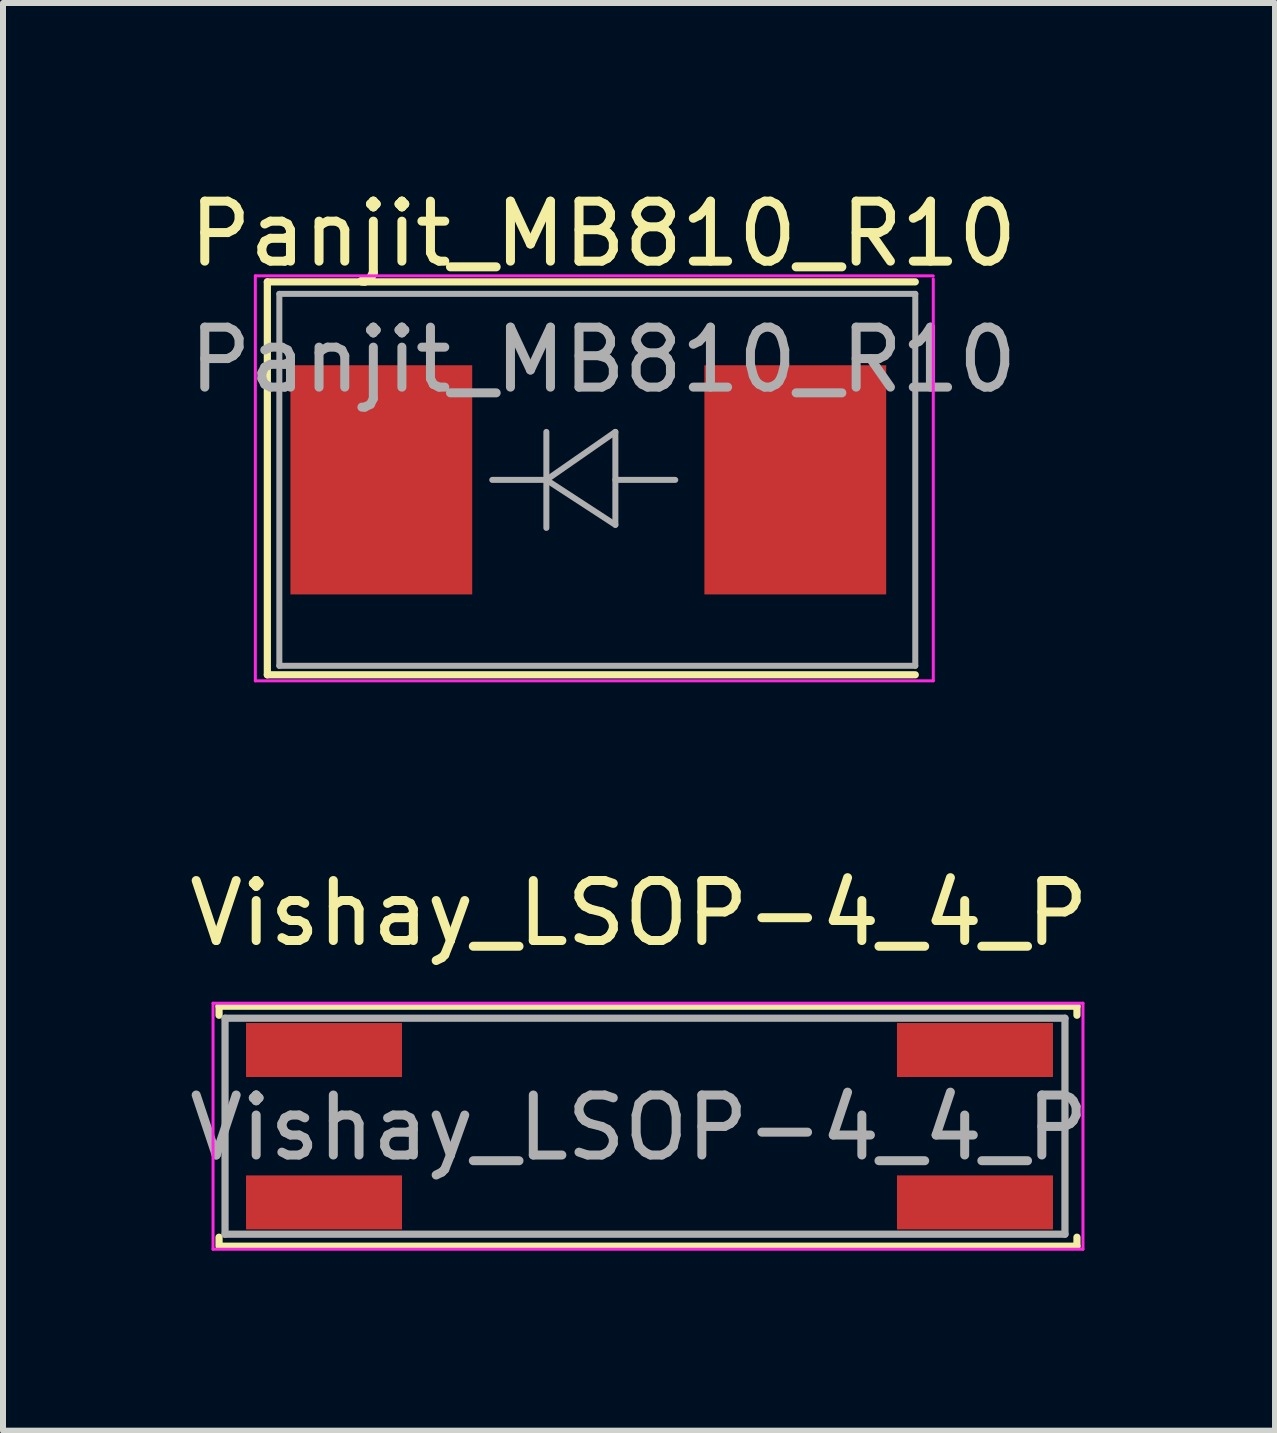
<source format=kicad_pcb>
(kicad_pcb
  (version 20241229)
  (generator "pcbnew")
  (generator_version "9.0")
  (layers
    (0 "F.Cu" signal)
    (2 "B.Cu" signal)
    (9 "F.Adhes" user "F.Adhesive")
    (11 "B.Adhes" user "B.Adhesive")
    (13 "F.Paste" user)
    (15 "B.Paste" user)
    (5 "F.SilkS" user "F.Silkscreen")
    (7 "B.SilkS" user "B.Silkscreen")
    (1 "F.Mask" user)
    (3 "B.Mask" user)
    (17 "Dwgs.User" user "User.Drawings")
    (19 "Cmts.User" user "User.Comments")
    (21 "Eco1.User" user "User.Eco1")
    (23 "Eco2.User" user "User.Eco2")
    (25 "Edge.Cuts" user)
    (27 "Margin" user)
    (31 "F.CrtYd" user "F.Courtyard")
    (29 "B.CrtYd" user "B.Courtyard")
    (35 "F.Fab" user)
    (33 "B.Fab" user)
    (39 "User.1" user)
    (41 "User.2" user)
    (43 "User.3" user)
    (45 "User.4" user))
  (footprint "Vishay_LSOP-4_4_P"
    (layer "F.Cu")
    (at 7.651 15.722)
    (property "Reference" "Vishay_LSOP-4_4_P" (at -0.05 -3.55 0) (layer "F.SilkS") (effects (font (size 1 1) (thickness 0.15))))
    (attr smd)
    (fp_line (start -7.05 -2) (end 7.25 -2) (stroke (width 0.12) (type solid)) (layer "F.SilkS"))
    (fp_line (start -7.05 -1.85) (end -7.05 -2) (stroke (width 0.12) (type solid)) (layer "F.SilkS"))
    (fp_line (start -7.05 2) (end -7.05 1.85) (stroke (width 0.12) (type solid)) (layer "F.SilkS"))
    (fp_line (start 7.25 -2) (end 7.25 -1.85) (stroke (width 0.12) (type solid)) (layer "F.SilkS"))
    (fp_line (start 7.25 1.85) (end 7.25 2) (stroke (width 0.12) (type solid)) (layer "F.SilkS"))
    (fp_line (start 7.25 2) (end -7.025 2) (stroke (width 0.12) (type solid)) (layer "F.SilkS"))
    (fp_line (start -7.15 -2.05) (end -7.15 2.05) (stroke (width 0.05) (type solid)) (layer "F.CrtYd"))
    (fp_line (start -7.15 -2.05) (end 7.35 -2.05) (stroke (width 0.05) (type solid)) (layer "F.CrtYd"))
    (fp_line (start 7.35 2.05) (end -7.15 2.05) (stroke (width 0.05) (type solid)) (layer "F.CrtYd"))
    (fp_line (start 7.35 2.05) (end 7.35 -2.05) (stroke (width 0.05) (type solid)) (layer "F.CrtYd"))
    (fp_line (start -6.95 -1.8) (end 7.05 -1.8) (stroke (width 0.12) (type solid)) (layer "F.Fab"))
    (fp_line (start -6.95 1.8) (end -6.95 -1.8) (stroke (width 0.12) (type solid)) (layer "F.Fab"))
    (fp_line (start 7.05 -1.8) (end 7.05 1.8) (stroke (width 0.12) (type solid)) (layer "F.Fab"))
    (fp_line (start 7.05 1.8) (end -6.95 1.8) (stroke (width 0.12) (type solid)) (layer "F.Fab"))
    (fp_text user "${REFERENCE}" (at -0.05 0.025 0) (layer "F.Fab") (effects (font (size 1 1) (thickness 0.15))))
    (pad "1" smd rect (at -5.3 -1.27) (size 2.6 0.9) (layers "F.Cu" "F.Mask" "F.Paste"))
    (pad "2" smd rect (at -5.3 1.27) (size 2.6 0.9) (layers "F.Cu" "F.Mask" "F.Paste"))
    (pad "3" smd rect (at 5.55 1.27) (size 2.6 0.9) (layers "F.Cu" "F.Mask" "F.Paste"))
    (pad "4" smd rect (at 5.55 -1.27) (size 2.6 0.9) (layers "F.Cu" "F.Mask" "F.Paste")))
  (footprint "Panjit_MB810_R10"
    (layer "F.Cu")
    (at 6.706 4.948)
    (property "Reference" "Panjit_MB810_R10" (at 0.3 -4.1 0) (layer "F.SilkS") (effects (font (size 1 1) (thickness 0.15))))
    (attr smd)
    (fp_line (start -5.3 -3.3) (end 5.5 -3.3) (stroke (width 0.12) (type solid)) (layer "F.SilkS"))
    (fp_line (start -5.3 3.25) (end -5.3 -3.3) (stroke (width 0.12) (type solid)) (layer "F.SilkS"))
    (fp_line (start -5.3 3.25) (end 5.5 3.25) (stroke (width 0.12) (type solid)) (layer "F.SilkS"))
    (fp_line (start -5.5 -3.4) (end 5.8 -3.4) (stroke (width 0.05) (type solid)) (layer "F.CrtYd"))
    (fp_line (start -5.5 3.35) (end -5.5 -3.4) (stroke (width 0.05) (type solid)) (layer "F.CrtYd"))
    (fp_line (start 5.8 -3.35) (end 5.8 3.35) (stroke (width 0.05) (type solid)) (layer "F.CrtYd"))
    (fp_line (start 5.8 3.35) (end -5.5 3.35) (stroke (width 0.05) (type solid)) (layer "F.CrtYd"))
    (fp_line (start -5.1 3.1) (end -5.1 -3.1) (stroke (width 0.1) (type solid)) (layer "F.Fab"))
    (fp_line (start -0.649 -0.799) (end -0.649 0.801) (stroke (width 0.1) (type solid)) (layer "F.Fab"))
    (fp_line (start -0.649 0.001) (end -1.551 0.001) (stroke (width 0.1) (type solid)) (layer "F.Fab"))
    (fp_line (start -0.649 0.001) (end 0.501 -0.799) (stroke (width 0.1) (type solid)) (layer "F.Fab"))
    (fp_line (start -0.649 0.001) (end 0.501 0.75) (stroke (width 0.1) (type solid)) (layer "F.Fab"))
    (fp_line (start 0.501 0.001) (end 1.499 0.001) (stroke (width 0.1) (type solid)) (layer "F.Fab"))
    (fp_line (start 0.501 0.75) (end 0.501 -0.799) (stroke (width 0.1) (type solid)) (layer "F.Fab"))
    (fp_line (start 5.5 -3.1) (end -5.1 -3.1) (stroke (width 0.1) (type solid)) (layer "F.Fab"))
    (fp_line (start 5.5 -3.1) (end 5.5 3.1) (stroke (width 0.1) (type solid)) (layer "F.Fab"))
    (fp_line (start 5.5 3.1) (end -5.1 3.1) (stroke (width 0.1) (type solid)) (layer "F.Fab"))
    (fp_text user "${REFERENCE}" (at 0.3 -2 0) (layer "F.Fab") (effects (font (size 1 1) (thickness 0.15))))
    (pad "1" smd rect (at -3.4 0 90) (size 3.82 3.03) (layers "F.Cu" "F.Mask" "F.Paste"))
    (pad "2" smd rect (at 3.5 0 90) (size 3.82 3.03) (layers "F.Cu" "F.Mask" "F.Paste")))
  (gr_rect
    (start -3 -3)
    (end 18.202 20.797)
    (stroke (width 0.1) (type default))
    (fill no)
    (layer "Edge.Cuts")))
</source>
